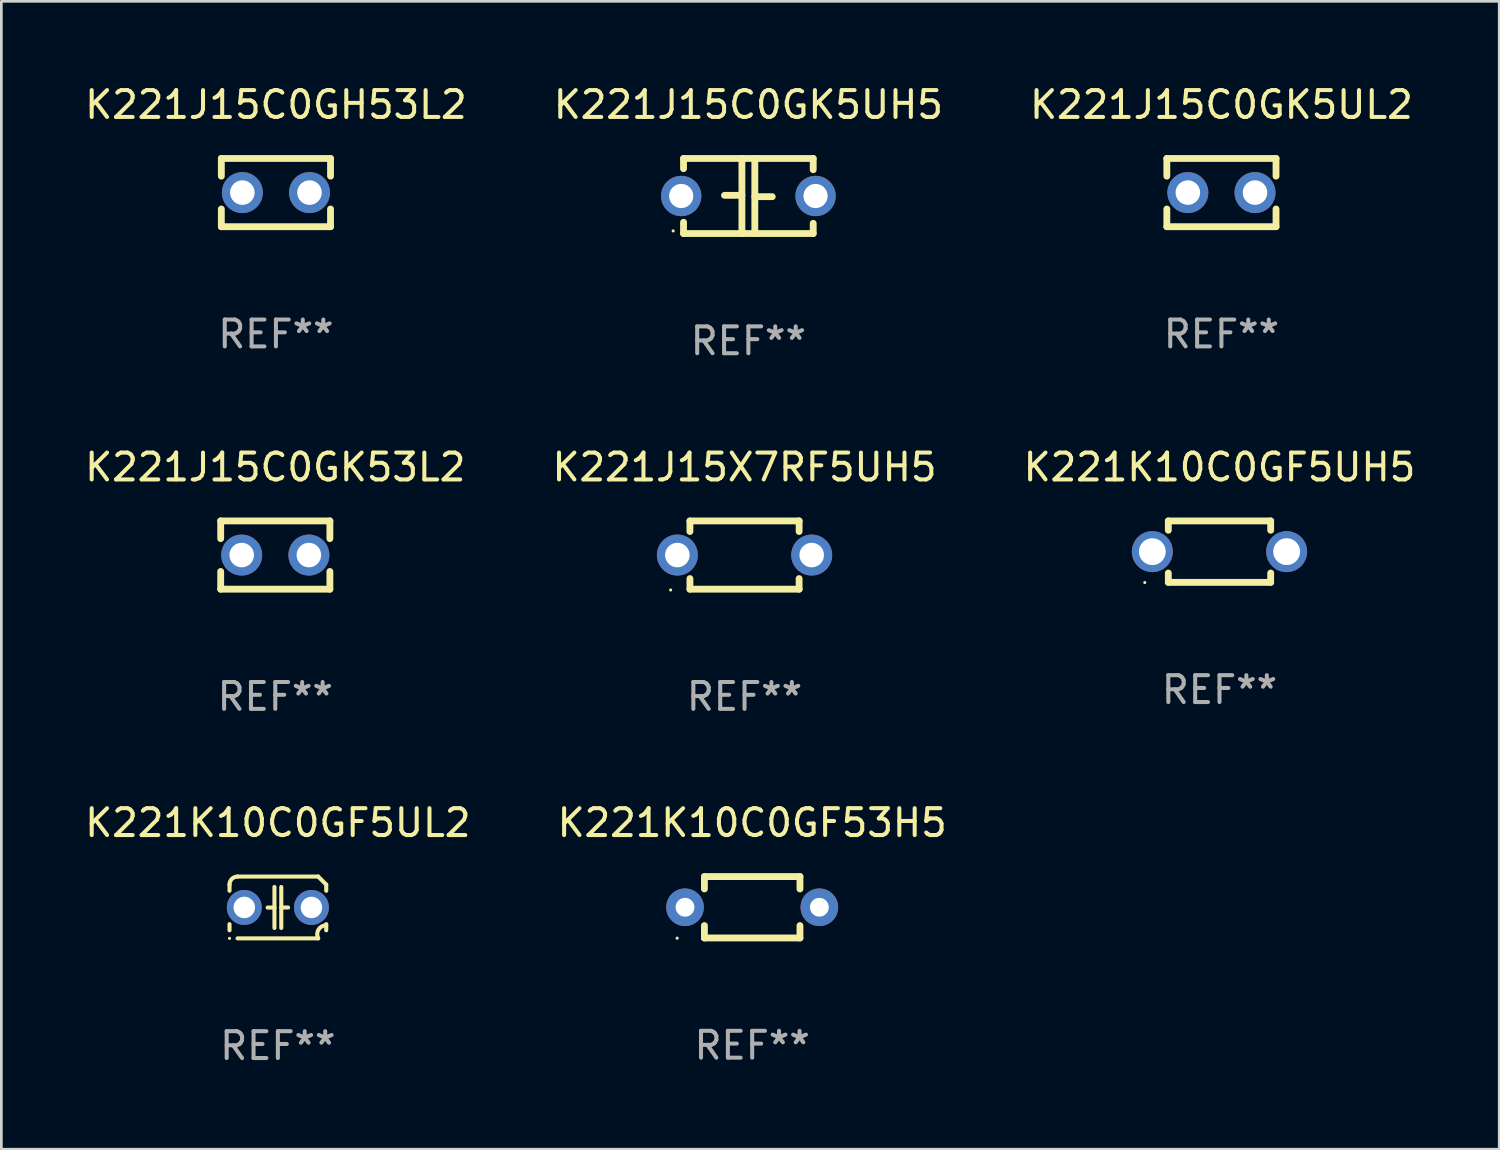
<source format=kicad_pcb>
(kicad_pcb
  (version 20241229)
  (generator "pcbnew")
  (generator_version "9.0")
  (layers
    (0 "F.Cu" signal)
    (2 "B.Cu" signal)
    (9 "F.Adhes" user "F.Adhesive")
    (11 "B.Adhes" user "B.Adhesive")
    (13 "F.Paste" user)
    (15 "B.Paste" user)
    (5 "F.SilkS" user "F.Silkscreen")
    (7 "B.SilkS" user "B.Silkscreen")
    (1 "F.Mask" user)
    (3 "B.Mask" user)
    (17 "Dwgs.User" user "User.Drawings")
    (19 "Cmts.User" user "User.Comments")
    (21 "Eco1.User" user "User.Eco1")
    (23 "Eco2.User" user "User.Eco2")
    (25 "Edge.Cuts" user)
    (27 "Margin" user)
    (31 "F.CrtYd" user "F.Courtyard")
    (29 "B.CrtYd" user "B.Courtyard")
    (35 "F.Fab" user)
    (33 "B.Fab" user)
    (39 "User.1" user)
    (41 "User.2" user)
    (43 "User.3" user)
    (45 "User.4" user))
  (footprint "K221J15X7RF5UH5"
    (layer "F.Cu")
    (at 24.661 17.609)
    (property "Reference" "K221J15X7RF5UH5" (at 0 -3.27 0) (layer "F.SilkS") (effects (font (size 1 1) (thickness 0.15))))
    (attr through_hole)
    (fp_line (start -2.032 -1.27) (end -2.032 -0.876) (stroke (width 0.254) (type solid)) (layer "F.SilkS"))
    (fp_line (start -2.032 0.876) (end -2.032 1.27) (stroke (width 0.254) (type solid)) (layer "F.SilkS"))
    (fp_line (start -2.032 1.27) (end 2.032 1.27) (stroke (width 0.254) (type solid)) (layer "F.SilkS"))
    (fp_line (start 2.032 -1.27) (end -2.032 -1.27) (stroke (width 0.254) (type solid)) (layer "F.SilkS"))
    (fp_line (start 2.032 -0.876) (end 2.032 -1.27) (stroke (width 0.254) (type solid)) (layer "F.SilkS"))
    (fp_line (start 2.032 1.27) (end 2.032 0.876) (stroke (width 0.254) (type solid)) (layer "F.SilkS"))
    (fp_circle (center -2.751 1.3) (end -2.721 1.3) (stroke (width 0.06) (type solid)) (fill no) (layer "F.SilkS"))
    (fp_text user "REF**" (at 0 5.27 0) (layer "F.Fab") (effects (font (size 1 1) (thickness 0.15))))
    (pad "1" thru_hole circle (at -2.5 0) (size 1.524 1.524) (drill 0.914) (layers "*.Cu" "*.Mask"))
    (pad "2" thru_hole circle (at 2.5 0) (size 1.524 1.524) (drill 0.914) (layers "*.Cu" "*.Mask")))
  (footprint "K221J15C0GK53L2"
    (layer "F.Cu")
    (at 7.196 17.609)
    (property "Reference" "K221J15C0GK53L2" (at 0 -3.27 0) (layer "F.SilkS") (effects (font (size 1 1) (thickness 0.15))))
    (attr through_hole)
    (fp_line (start -2.032 -1.27) (end -2.032 -0.611) (stroke (width 0.254) (type solid)) (layer "F.SilkS"))
    (fp_line (start -2.032 0.611) (end -2.032 1.27) (stroke (width 0.254) (type solid)) (layer "F.SilkS"))
    (fp_line (start -2.032 1.27) (end 2.032 1.27) (stroke (width 0.254) (type solid)) (layer "F.SilkS"))
    (fp_line (start 2.032 -1.27) (end -2.032 -1.27) (stroke (width 0.254) (type solid)) (layer "F.SilkS"))
    (fp_line (start 2.032 -0.611) (end 2.032 -1.27) (stroke (width 0.254) (type solid)) (layer "F.SilkS"))
    (fp_line (start 2.032 1.27) (end 2.032 0.611) (stroke (width 0.254) (type solid)) (layer "F.SilkS"))
    (fp_circle (center -2 1.3) (end -1.97 1.3) (stroke (width 0.06) (type solid)) (fill no) (layer "F.SilkS"))
    (fp_text user "REF**" (at 0 5.27 0) (layer "F.Fab") (effects (font (size 1 1) (thickness 0.15))))
    (pad "1" thru_hole circle (at -1.25 0) (size 1.524 1.524) (drill 0.914) (layers "*.Cu" "*.Mask"))
    (pad "2" thru_hole circle (at 1.25 0) (size 1.524 1.524) (drill 0.914) (layers "*.Cu" "*.Mask")))
  (footprint "K221K10C0GF53H5"
    (layer "F.Cu")
    (at 24.946 30.718)
    (property "Reference" "K221K10C0GF53H5" (at 0 -3.143 0) (layer "F.SilkS") (effects (font (size 1 1) (thickness 0.15))))
    (attr through_hole)
    (fp_line (start -1.778 -1.143) (end 1.778 -1.143) (stroke (width 0.254) (type solid)) (layer "F.SilkS"))
    (fp_line (start -1.778 -0.681) (end -1.778 -1.143) (stroke (width 0.254) (type solid)) (layer "F.SilkS"))
    (fp_line (start -1.778 1.143) (end -1.778 0.681) (stroke (width 0.254) (type solid)) (layer "F.SilkS"))
    (fp_line (start 1.778 -1.143) (end 1.778 -0.681) (stroke (width 0.254) (type solid)) (layer "F.SilkS"))
    (fp_line (start 1.778 0.681) (end 1.778 1.143) (stroke (width 0.254) (type solid)) (layer "F.SilkS"))
    (fp_line (start 1.778 1.143) (end -1.778 1.143) (stroke (width 0.254) (type solid)) (layer "F.SilkS"))
    (fp_circle (center -2.794 1.15) (end -2.764 1.15) (stroke (width 0.06) (type solid)) (fill no) (layer "F.SilkS"))
    (fp_text user "REF**" (at 0 5.143 0) (layer "F.Fab") (effects (font (size 1 1) (thickness 0.15))))
    (pad "1" thru_hole circle (at -2.5 0) (size 1.4 1.4) (drill 0.7) (layers "*.Cu" "*.Mask"))
    (pad "2" thru_hole circle (at 2.5 0) (size 1.4 1.4) (drill 0.7) (layers "*.Cu" "*.Mask")))
  (footprint "K221K10C0GF5UL2"
    (layer "F.Cu")
    (at 7.292 30.725)
    (property "Reference" "K221K10C0GF5UL2" (at 0 -3.15 0) (layer "F.SilkS") (effects (font (size 1 1) (thickness 0.15))))
    (attr through_hole)
    (fp_line (start -1.8 -0.621) (end -1.8 -0.85) (stroke (width 0.152) (type solid)) (layer "F.SilkS"))
    (fp_line (start -1.8 0.85) (end -1.8 0.621) (stroke (width 0.152) (type solid)) (layer "F.SilkS"))
    (fp_line (start -1.5 -1.15) (end 1.5 -1.15) (stroke (width 0.152) (type solid)) (layer "F.SilkS"))
    (fp_line (start -0.127 -0.762) (end -0.127 0.762) (stroke (width 0.152) (type solid)) (layer "F.SilkS"))
    (fp_line (start -0.127 0.005) (end -0.381 0.005) (stroke (width 0.152) (type solid)) (layer "F.SilkS"))
    (fp_line (start 0.127 -0.762) (end 0.127 0.762) (stroke (width 0.152) (type solid)) (layer "F.SilkS"))
    (fp_line (start 0.127 0.002) (end 0.381 0.002) (stroke (width 0.152) (type solid)) (layer "F.SilkS"))
    (fp_line (start 1.5 1.15) (end -1.5 1.15) (stroke (width 0.152) (type solid)) (layer "F.SilkS"))
    (fp_line (start 1.8 -0.85) (end 1.8 -0.621) (stroke (width 0.152) (type solid)) (layer "F.SilkS"))
    (fp_line (start 1.8 0.621) (end 1.8 0.85) (stroke (width 0.152) (type solid)) (layer "F.SilkS"))
    (fp_arc (start -1.799975 -0.849987) (mid -1.712107 -1.062119) (end -1.499975 -1.149987) (stroke (width 0.151994) (type solid)) (layer "F.SilkS"))
    (fp_arc (start 1.499975 1.149987) (mid 1.513726 0.822359) (end 1.799975 0.662387) (stroke (width 0.151994) (type solid)) (layer "F.SilkS"))
    (fp_arc (start 1.500001 -1.149986) (mid 1.650015 -1.000001) (end 1.8 -0.849987) (stroke (width 0.151994) (type solid)) (layer "F.SilkS"))
    (fp_circle (center -1.8 1.15) (end -1.77 1.15) (stroke (width 0.06) (type solid)) (fill no) (layer "F.SilkS"))
    (fp_text user "REF**" (at 0 5.15 0) (layer "F.Fab") (effects (font (size 1 1) (thickness 0.15))))
    (pad "1" thru_hole circle (at -1.25 0) (size 1.3 1.3) (drill 0.8) (layers "*.Cu" "*.Mask"))
    (pad "2" thru_hole circle (at 1.25 0) (size 1.3 1.3) (drill 0.8) (layers "*.Cu" "*.Mask")))
  (footprint "K221K10C0GF5UH5"
    (layer "F.Cu")
    (at 42.339 17.482)
    (property "Reference" "K221K10C0GF5UH5" (at 0 -3.143 0) (layer "F.SilkS") (effects (font (size 1 1) (thickness 0.15))))
    (attr through_hole)
    (fp_line (start -1.905 -1.143) (end 1.905 -1.143) (stroke (width 0.254) (type solid)) (layer "F.SilkS"))
    (fp_line (start -1.905 -0.795) (end -1.905 -1.143) (stroke (width 0.254) (type solid)) (layer "F.SilkS"))
    (fp_line (start -1.905 1.143) (end -1.905 0.795) (stroke (width 0.254) (type solid)) (layer "F.SilkS"))
    (fp_line (start 1.905 -1.143) (end 1.905 -0.795) (stroke (width 0.254) (type solid)) (layer "F.SilkS"))
    (fp_line (start 1.905 0.795) (end 1.905 1.143) (stroke (width 0.254) (type solid)) (layer "F.SilkS"))
    (fp_line (start 1.905 1.143) (end -1.905 1.143) (stroke (width 0.254) (type solid)) (layer "F.SilkS"))
    (fp_circle (center -2.781 1.15) (end -2.751 1.15) (stroke (width 0.06) (type solid)) (fill no) (layer "F.SilkS"))
    (fp_text user "REF**" (at 0 5.143 0) (layer "F.Fab") (effects (font (size 1 1) (thickness 0.15))))
    (pad "1" thru_hole circle (at -2.5 0) (size 1.524 1.524) (drill 1) (layers "*.Cu" "*.Mask"))
    (pad "2" thru_hole circle (at 2.5 0) (size 1.524 1.524) (drill 1) (layers "*.Cu" "*.Mask")))
  (footprint "K221J15C0GK5UL2"
    (layer "F.Cu")
    (at 42.411 4.118)
    (property "Reference" "K221J15C0GK5UL2" (at 0 -3.27 0) (layer "F.SilkS") (effects (font (size 1 1) (thickness 0.15))))
    (attr through_hole)
    (fp_line (start -2.032 -1.27) (end -2.032 -0.611) (stroke (width 0.254) (type solid)) (layer "F.SilkS"))
    (fp_line (start -2.032 0.611) (end -2.032 1.27) (stroke (width 0.254) (type solid)) (layer "F.SilkS"))
    (fp_line (start -2.032 1.27) (end 2.032 1.27) (stroke (width 0.254) (type solid)) (layer "F.SilkS"))
    (fp_line (start 2.032 -1.27) (end -2.032 -1.27) (stroke (width 0.254) (type solid)) (layer "F.SilkS"))
    (fp_line (start 2.032 -0.611) (end 2.032 -1.27) (stroke (width 0.254) (type solid)) (layer "F.SilkS"))
    (fp_line (start 2.032 1.27) (end 2.032 0.611) (stroke (width 0.254) (type solid)) (layer "F.SilkS"))
    (fp_circle (center -2 1.3) (end -1.97 1.3) (stroke (width 0.06) (type solid)) (fill no) (layer "F.SilkS"))
    (fp_text user "REF**" (at 0 5.27 0) (layer "F.Fab") (effects (font (size 1 1) (thickness 0.15))))
    (pad "1" thru_hole circle (at -1.25 0) (size 1.524 1.524) (drill 0.914) (layers "*.Cu" "*.Mask"))
    (pad "2" thru_hole circle (at 1.25 0) (size 1.524 1.524) (drill 0.914) (layers "*.Cu" "*.Mask")))
  (footprint "K221J15C0GH53L2"
    (layer "F.Cu")
    (at 7.22 4.118)
    (property "Reference" "K221J15C0GH53L2" (at 0 -3.27 0) (layer "F.SilkS") (effects (font (size 1 1) (thickness 0.15))))
    (attr through_hole)
    (fp_line (start -2.032 -1.27) (end -2.032 -0.611) (stroke (width 0.254) (type solid)) (layer "F.SilkS"))
    (fp_line (start -2.032 0.611) (end -2.032 1.27) (stroke (width 0.254) (type solid)) (layer "F.SilkS"))
    (fp_line (start -2.032 1.27) (end 2.032 1.27) (stroke (width 0.254) (type solid)) (layer "F.SilkS"))
    (fp_line (start 2.032 -1.27) (end -2.032 -1.27) (stroke (width 0.254) (type solid)) (layer "F.SilkS"))
    (fp_line (start 2.032 -0.611) (end 2.032 -1.27) (stroke (width 0.254) (type solid)) (layer "F.SilkS"))
    (fp_line (start 2.032 1.27) (end 2.032 0.611) (stroke (width 0.254) (type solid)) (layer "F.SilkS"))
    (fp_circle (center -2 1.3) (end -1.97 1.3) (stroke (width 0.06) (type solid)) (fill no) (layer "F.SilkS"))
    (fp_text user "REF**" (at 0 5.27 0) (layer "F.Fab") (effects (font (size 1 1) (thickness 0.15))))
    (pad "1" thru_hole circle (at -1.25 0) (size 1.524 1.524) (drill 0.914) (layers "*.Cu" "*.Mask"))
    (pad "2" thru_hole circle (at 1.25 0) (size 1.524 1.524) (drill 0.914) (layers "*.Cu" "*.Mask")))
  (footprint "K221J15C0GK5UH5"
    (layer "F.Cu")
    (at 24.804 4.245)
    (property "Reference" "K221J15C0GK5UH5" (at 0 -3.397 0) (layer "F.SilkS") (effects (font (size 1 1) (thickness 0.15))))
    (attr through_hole)
    (fp_line (start -2.413 -1.397) (end 2.413 -1.397) (stroke (width 0.254) (type solid)) (layer "F.SilkS"))
    (fp_line (start -2.413 -1.016) (end -2.413 -1.397) (stroke (width 0.254) (type solid)) (layer "F.SilkS"))
    (fp_line (start -2.413 0.977) (end -2.413 1.397) (stroke (width 0.254) (type solid)) (layer "F.SilkS"))
    (fp_line (start -0.24 -0.025) (end -0.889 -0.025) (stroke (width 0.254) (type solid)) (layer "F.SilkS"))
    (fp_line (start -0.24 1.397) (end -0.24 -1.397) (stroke (width 0.254) (type solid)) (layer "F.SilkS"))
    (fp_line (start 0.24 -1.397) (end 0.24 1.397) (stroke (width 0.254) (type solid)) (layer "F.SilkS"))
    (fp_line (start 0.24 0.025) (end 0.889 0.025) (stroke (width 0.254) (type solid)) (layer "F.SilkS"))
    (fp_line (start 2.413 -0.977) (end 2.413 -1.397) (stroke (width 0.254) (type solid)) (layer "F.SilkS"))
    (fp_line (start 2.413 1.016) (end 2.413 1.397) (stroke (width 0.254) (type solid)) (layer "F.SilkS"))
    (fp_line (start 2.413 1.397) (end -2.413 1.397) (stroke (width 0.254) (type solid)) (layer "F.SilkS"))
    (fp_circle (center -2.8 1.3) (end -2.77 1.3) (stroke (width 0.06) (type solid)) (fill no) (layer "F.SilkS"))
    (fp_text user "REF**" (at 0 5.397 0) (layer "F.Fab") (effects (font (size 1 1) (thickness 0.15))))
    (pad "1" thru_hole circle (at -2.5 0) (size 1.5 1.5) (drill 0.9) (layers "*.Cu" "*.Mask"))
    (pad "2" thru_hole circle (at 2.5 0) (size 1.5 1.5) (drill 0.9) (layers "*.Cu" "*.Mask")))
  (gr_rect
    (start -3 -3)
    (end 52.75 39.723)
    (stroke (width 0.1) (type default))
    (fill no)
    (layer "Edge.Cuts")))
</source>
